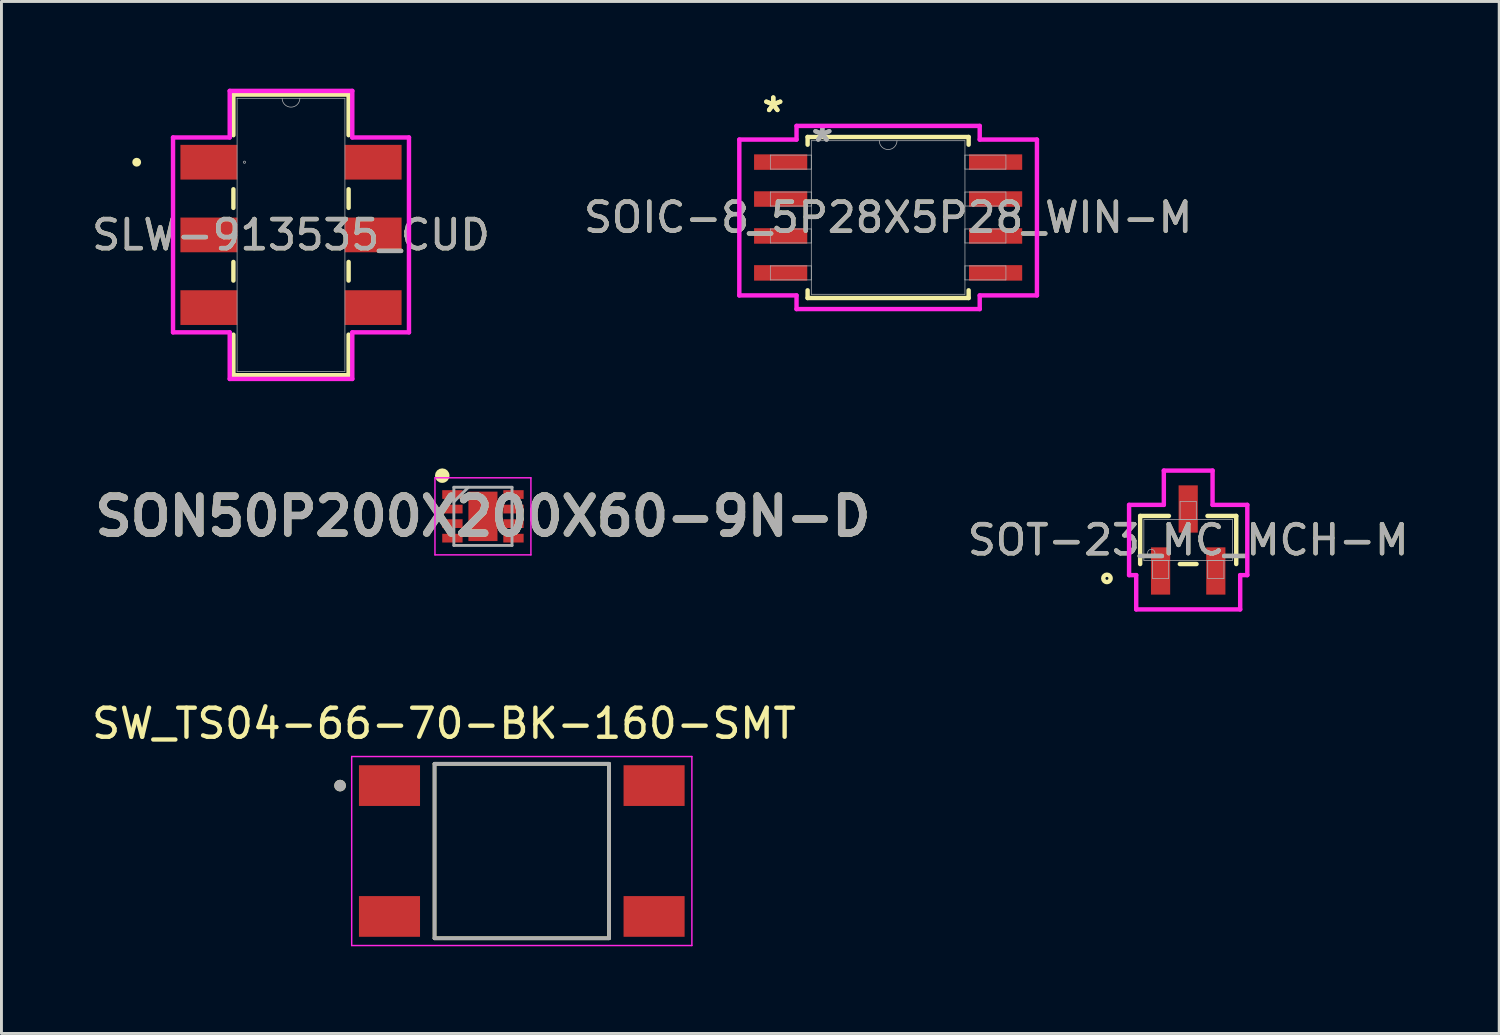
<source format=kicad_pcb>
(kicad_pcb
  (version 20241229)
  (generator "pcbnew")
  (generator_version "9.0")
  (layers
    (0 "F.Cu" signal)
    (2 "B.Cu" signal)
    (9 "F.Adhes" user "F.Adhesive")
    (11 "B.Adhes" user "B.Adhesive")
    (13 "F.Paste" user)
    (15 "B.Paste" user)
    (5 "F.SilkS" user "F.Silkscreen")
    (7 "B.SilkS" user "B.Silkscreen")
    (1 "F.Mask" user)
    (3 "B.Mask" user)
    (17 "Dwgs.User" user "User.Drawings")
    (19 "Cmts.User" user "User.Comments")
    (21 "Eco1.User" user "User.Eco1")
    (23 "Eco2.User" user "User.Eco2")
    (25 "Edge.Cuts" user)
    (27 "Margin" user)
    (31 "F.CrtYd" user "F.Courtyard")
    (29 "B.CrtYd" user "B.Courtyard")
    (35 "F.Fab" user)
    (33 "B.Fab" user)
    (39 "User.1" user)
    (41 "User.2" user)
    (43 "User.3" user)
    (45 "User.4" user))
  (footprint "SLW-913535_CUD"
    (layer "F.Cu")
    (at 6.958 5.029)
    (property "Reference" "SLW-913535_CUD" (at 0 0 0) (unlocked yes) (layer "F.SilkS") (effects (font (size 1 1) (thickness 0.15))))
    (attr smd)
    (fp_line (start -1.981 -4.826) (end -1.981 -3.43) (stroke (width 0.152) (type solid)) (layer "F.SilkS"))
    (fp_line (start -1.981 -1.57) (end -1.981 -0.93) (stroke (width 0.152) (type solid)) (layer "F.SilkS"))
    (fp_line (start -1.981 0.93) (end -1.981 1.57) (stroke (width 0.152) (type solid)) (layer "F.SilkS"))
    (fp_line (start -1.981 3.43) (end -1.981 4.826) (stroke (width 0.152) (type solid)) (layer "F.SilkS"))
    (fp_line (start -1.981 4.826) (end 1.981 4.826) (stroke (width 0.152) (type solid)) (layer "F.SilkS"))
    (fp_line (start 1.981 -4.826) (end -1.981 -4.826) (stroke (width 0.152) (type solid)) (layer "F.SilkS"))
    (fp_line (start 1.981 -3.43) (end 1.981 -4.826) (stroke (width 0.152) (type solid)) (layer "F.SilkS"))
    (fp_line (start 1.981 -0.93) (end 1.981 -1.57) (stroke (width 0.152) (type solid)) (layer "F.SilkS"))
    (fp_line (start 1.981 1.57) (end 1.981 0.93) (stroke (width 0.152) (type solid)) (layer "F.SilkS"))
    (fp_line (start 1.981 4.826) (end 1.981 3.43) (stroke (width 0.152) (type solid)) (layer "F.SilkS"))
    (fp_circle (center -5.307 -2.5) (end -5.231 -2.5) (stroke (width 0.152) (type solid)) (fill no) (layer "F.SilkS"))
    (fp_line (start -4.057 -3.351) (end -2.108 -3.351) (stroke (width 0.152) (type solid)) (layer "F.CrtYd"))
    (fp_line (start -4.057 3.351) (end -4.057 -3.351) (stroke (width 0.152) (type solid)) (layer "F.CrtYd"))
    (fp_line (start -4.057 3.351) (end -2.108 3.351) (stroke (width 0.152) (type solid)) (layer "F.CrtYd"))
    (fp_line (start -2.108 -4.953) (end 2.108 -4.953) (stroke (width 0.152) (type solid)) (layer "F.CrtYd"))
    (fp_line (start -2.108 -3.351) (end -2.108 -4.953) (stroke (width 0.152) (type solid)) (layer "F.CrtYd"))
    (fp_line (start -2.108 4.953) (end -2.108 3.351) (stroke (width 0.152) (type solid)) (layer "F.CrtYd"))
    (fp_line (start 2.108 -4.953) (end 2.108 -3.351) (stroke (width 0.152) (type solid)) (layer "F.CrtYd"))
    (fp_line (start 2.108 3.351) (end 2.108 4.953) (stroke (width 0.152) (type solid)) (layer "F.CrtYd"))
    (fp_line (start 2.108 4.953) (end -2.108 4.953) (stroke (width 0.152) (type solid)) (layer "F.CrtYd"))
    (fp_line (start 4.057 -3.351) (end 2.108 -3.351) (stroke (width 0.152) (type solid)) (layer "F.CrtYd"))
    (fp_line (start 4.057 -3.351) (end 4.057 3.351) (stroke (width 0.152) (type solid)) (layer "F.CrtYd"))
    (fp_line (start 4.057 3.351) (end 2.108 3.351) (stroke (width 0.152) (type solid)) (layer "F.CrtYd"))
    (fp_line (start -1.854 -4.699) (end -1.854 4.699) (stroke (width 0.025) (type solid)) (layer "F.Fab"))
    (fp_line (start -1.854 4.699) (end 1.854 4.699) (stroke (width 0.025) (type solid)) (layer "F.Fab"))
    (fp_line (start 1.854 -4.699) (end -1.854 -4.699) (stroke (width 0.025) (type solid)) (layer "F.Fab"))
    (fp_line (start 1.854 4.699) (end 1.854 -4.699) (stroke (width 0.025) (type solid)) (layer "F.Fab"))
    (fp_arc (start 0.3048 -4.699) (mid 0 -4.3942) (end -0.3048 -4.699) (stroke (width 0.0254) (type solid)) (layer "F.Fab"))
    (fp_circle (center -1.6 -2.5) (end -1.562 -2.5) (stroke (width 0.025) (type solid)) (fill no) (layer "F.Fab"))
    (fp_text user "${REFERENCE}" (at 0 0 0) (unlocked yes) (layer "F.Fab") (effects (font (size 1 1) (thickness 0.15))))
    (pad "1" smd rect (at -2.825 -2.5) (size 1.956 1.194) (layers "F.Cu" "F.Mask" "F.Paste"))
    (pad "2" smd rect (at -2.825 0) (size 1.956 1.194) (layers "F.Cu" "F.Mask" "F.Paste"))
    (pad "3" smd rect (at -2.825 2.5) (size 1.956 1.194) (layers "F.Cu" "F.Mask" "F.Paste"))
    (pad "4" smd rect (at 2.825 -2.5) (size 1.956 1.194) (layers "F.Cu" "F.Mask" "F.Paste"))
    (pad "5" smd rect (at 2.825 0) (size 1.956 1.194) (layers "F.Cu" "F.Mask" "F.Paste"))
    (pad "6" smd rect (at 2.825 2.5) (size 1.956 1.194) (layers "F.Cu" "F.Mask" "F.Paste")))
  (footprint "SON50P200X200X60-9N-D"
    (layer "F.Cu")
    (at 13.559 14.708)
    (property "Reference" "SON50P200X200X60-9N-D" (at 0 0 0) (layer "F.SilkS") (effects (font (size 1.27 1.27) (thickness 0.254))))
    (attr smd)
    (fp_circle (center -1.4 -1.4) (end -1.4 -1.275) (stroke (width 0.25) (type solid)) (fill no) (layer "F.SilkS"))
    (fp_line (start -1.65 -1.325) (end 1.65 -1.325) (stroke (width 0.05) (type solid)) (layer "F.CrtYd"))
    (fp_line (start -1.65 1.325) (end -1.65 -1.325) (stroke (width 0.05) (type solid)) (layer "F.CrtYd"))
    (fp_line (start 1.65 -1.325) (end 1.65 1.325) (stroke (width 0.05) (type solid)) (layer "F.CrtYd"))
    (fp_line (start 1.65 1.325) (end -1.65 1.325) (stroke (width 0.05) (type solid)) (layer "F.CrtYd"))
    (fp_line (start -1 -1) (end 1 -1) (stroke (width 0.1) (type solid)) (layer "F.Fab"))
    (fp_line (start -1 -0.5) (end -0.5 -1) (stroke (width 0.1) (type solid)) (layer "F.Fab"))
    (fp_line (start -1 1) (end -1 -1) (stroke (width 0.1) (type solid)) (layer "F.Fab"))
    (fp_line (start 1 -1) (end 1 1) (stroke (width 0.1) (type solid)) (layer "F.Fab"))
    (fp_line (start 1 1) (end -1 1) (stroke (width 0.1) (type solid)) (layer "F.Fab"))
    (fp_text user "${REFERENCE}" (at 0 0 0) (layer "F.Fab") (effects (font (size 1.27 1.27) (thickness 0.254))))
    (pad "1" smd rect (at -1.05 -0.75 90) (size 0.3 0.7) (layers "F.Cu" "F.Mask" "F.Paste"))
    (pad "2" smd rect (at -1.05 -0.25 90) (size 0.3 0.7) (layers "F.Cu" "F.Mask" "F.Paste"))
    (pad "3" smd rect (at -1.05 0.25 90) (size 0.3 0.7) (layers "F.Cu" "F.Mask" "F.Paste"))
    (pad "4" smd rect (at -1.05 0.75 90) (size 0.3 0.7) (layers "F.Cu" "F.Mask" "F.Paste"))
    (pad "5" smd rect (at 1.05 0.75 90) (size 0.3 0.7) (layers "F.Cu" "F.Mask" "F.Paste"))
    (pad "6" smd rect (at 1.05 0.25 90) (size 0.3 0.7) (layers "F.Cu" "F.Mask" "F.Paste"))
    (pad "7" smd rect (at 1.05 -0.25 90) (size 0.3 0.7) (layers "F.Cu" "F.Mask" "F.Paste"))
    (pad "8" smd rect (at 1.05 -0.75 90) (size 0.3 0.7) (layers "F.Cu" "F.Mask" "F.Paste"))
    (pad "9" smd rect (at 0 0) (size 1 1.7) (layers "F.Cu" "F.Mask" "F.Paste")))
  (footprint "SW_TS04-66-70-BK-160-SMT"
    (layer "F.Cu")
    (at 14.895 26.218)
    (property "Reference" "SW_TS04-66-70-BK-160-SMT" (at -2.675 -4.385 0) (layer "F.SilkS") (effects (font (size 1 1) (thickness 0.15))))
    (attr smd)
    (fp_line (start -3 -3) (end -3 3) (stroke (width 0.127) (type solid)) (layer "F.SilkS"))
    (fp_line (start -3 3) (end 3 3) (stroke (width 0.127) (type solid)) (layer "F.SilkS"))
    (fp_line (start 3 -3) (end -3 -3) (stroke (width 0.127) (type solid)) (layer "F.SilkS"))
    (fp_line (start 3 3) (end 3 -3) (stroke (width 0.127) (type solid)) (layer "F.SilkS"))
    (fp_circle (center -6.25 -2.25) (end -6.15 -2.25) (stroke (width 0.2) (type solid)) (fill no) (layer "F.SilkS"))
    (fp_line (start -5.85 -3.25) (end -5.85 3.25) (stroke (width 0.05) (type solid)) (layer "F.CrtYd"))
    (fp_line (start -5.85 3.25) (end 5.85 3.25) (stroke (width 0.05) (type solid)) (layer "F.CrtYd"))
    (fp_line (start 5.85 -3.25) (end -5.85 -3.25) (stroke (width 0.05) (type solid)) (layer "F.CrtYd"))
    (fp_line (start 5.85 3.25) (end 5.85 -3.25) (stroke (width 0.05) (type solid)) (layer "F.CrtYd"))
    (fp_line (start -3 -3) (end -3 3) (stroke (width 0.127) (type solid)) (layer "F.Fab"))
    (fp_line (start -3 3) (end 3 3) (stroke (width 0.127) (type solid)) (layer "F.Fab"))
    (fp_line (start 3 -3) (end -3 -3) (stroke (width 0.127) (type solid)) (layer "F.Fab"))
    (fp_line (start 3 3) (end 3 -3) (stroke (width 0.127) (type solid)) (layer "F.Fab"))
    (fp_circle (center -6.25 -2.25) (end -6.15 -2.25) (stroke (width 0.2) (type solid)) (fill no) (layer "F.Fab"))
    (pad "1" smd rect (at -4.55 -2.25) (size 2.1 1.4) (layers "F.Cu" "F.Mask" "F.Paste"))
    (pad "2" smd rect (at -4.55 2.25) (size 2.1 1.4) (layers "F.Cu" "F.Mask" "F.Paste"))
    (pad "3" smd rect (at 4.55 -2.25) (size 2.1 1.4) (layers "F.Cu" "F.Mask" "F.Paste"))
    (pad "4" smd rect (at 4.55 2.25) (size 2.1 1.4) (layers "F.Cu" "F.Mask" "F.Paste")))
  (footprint "SOIC-8_5P28X5P28_WIN-M"
    (layer "F.Cu")
    (at 27.494 4.43)
    (property "Reference" "SOIC-8_5P28X5P28_WIN-M" (at 0 0 0) (unlocked yes) (layer "F.SilkS") (effects (font (size 1 1) (thickness 0.15))))
    (attr smd)
    (fp_line (start -2.769 -2.769) (end -2.769 -2.504) (stroke (width 0.152) (type solid)) (layer "F.SilkS"))
    (fp_line (start -2.769 2.504) (end -2.769 2.769) (stroke (width 0.152) (type solid)) (layer "F.SilkS"))
    (fp_line (start -2.769 2.769) (end 2.769 2.769) (stroke (width 0.152) (type solid)) (layer "F.SilkS"))
    (fp_line (start 2.769 -2.769) (end -2.769 -2.769) (stroke (width 0.152) (type solid)) (layer "F.SilkS"))
    (fp_line (start 2.769 -2.504) (end 2.769 -2.769) (stroke (width 0.152) (type solid)) (layer "F.SilkS"))
    (fp_line (start 2.769 2.769) (end 2.769 2.504) (stroke (width 0.152) (type solid)) (layer "F.SilkS"))
    (fp_line (start -5.118 -2.68) (end -3.15 -2.68) (stroke (width 0.152) (type solid)) (layer "F.CrtYd"))
    (fp_line (start -5.118 2.68) (end -5.118 -2.68) (stroke (width 0.152) (type solid)) (layer "F.CrtYd"))
    (fp_line (start -5.118 2.68) (end -3.15 2.68) (stroke (width 0.152) (type solid)) (layer "F.CrtYd"))
    (fp_line (start -3.15 -3.15) (end 3.15 -3.15) (stroke (width 0.152) (type solid)) (layer "F.CrtYd"))
    (fp_line (start -3.15 -2.68) (end -3.15 -3.15) (stroke (width 0.152) (type solid)) (layer "F.CrtYd"))
    (fp_line (start -3.15 3.15) (end -3.15 2.68) (stroke (width 0.152) (type solid)) (layer "F.CrtYd"))
    (fp_line (start 3.15 -3.15) (end 3.15 -2.68) (stroke (width 0.152) (type solid)) (layer "F.CrtYd"))
    (fp_line (start 3.15 2.68) (end 3.15 3.15) (stroke (width 0.152) (type solid)) (layer "F.CrtYd"))
    (fp_line (start 3.15 3.15) (end -3.15 3.15) (stroke (width 0.152) (type solid)) (layer "F.CrtYd"))
    (fp_line (start 5.118 -2.68) (end 3.15 -2.68) (stroke (width 0.152) (type solid)) (layer "F.CrtYd"))
    (fp_line (start 5.118 -2.68) (end 5.118 2.68) (stroke (width 0.152) (type solid)) (layer "F.CrtYd"))
    (fp_line (start 5.118 2.68) (end 3.15 2.68) (stroke (width 0.152) (type solid)) (layer "F.CrtYd"))
    (fp_line (start -4.051 -2.146) (end -4.051 -1.664) (stroke (width 0.025) (type solid)) (layer "F.Fab"))
    (fp_line (start -4.051 -1.664) (end -2.642 -1.664) (stroke (width 0.025) (type solid)) (layer "F.Fab"))
    (fp_line (start -4.051 -0.876) (end -4.051 -0.394) (stroke (width 0.025) (type solid)) (layer "F.Fab"))
    (fp_line (start -4.051 -0.394) (end -2.642 -0.394) (stroke (width 0.025) (type solid)) (layer "F.Fab"))
    (fp_line (start -4.051 0.394) (end -4.051 0.876) (stroke (width 0.025) (type solid)) (layer "F.Fab"))
    (fp_line (start -4.051 0.876) (end -2.642 0.876) (stroke (width 0.025) (type solid)) (layer "F.Fab"))
    (fp_line (start -4.051 1.664) (end -4.051 2.146) (stroke (width 0.025) (type solid)) (layer "F.Fab"))
    (fp_line (start -4.051 2.146) (end -2.642 2.146) (stroke (width 0.025) (type solid)) (layer "F.Fab"))
    (fp_line (start -2.642 -2.642) (end -2.642 2.642) (stroke (width 0.025) (type solid)) (layer "F.Fab"))
    (fp_line (start -2.642 -2.146) (end -4.051 -2.146) (stroke (width 0.025) (type solid)) (layer "F.Fab"))
    (fp_line (start -2.642 -1.664) (end -2.642 -2.146) (stroke (width 0.025) (type solid)) (layer "F.Fab"))
    (fp_line (start -2.642 -0.876) (end -4.051 -0.876) (stroke (width 0.025) (type solid)) (layer "F.Fab"))
    (fp_line (start -2.642 -0.394) (end -2.642 -0.876) (stroke (width 0.025) (type solid)) (layer "F.Fab"))
    (fp_line (start -2.642 0.394) (end -4.051 0.394) (stroke (width 0.025) (type solid)) (layer "F.Fab"))
    (fp_line (start -2.642 0.876) (end -2.642 0.394) (stroke (width 0.025) (type solid)) (layer "F.Fab"))
    (fp_line (start -2.642 1.664) (end -4.051 1.664) (stroke (width 0.025) (type solid)) (layer "F.Fab"))
    (fp_line (start -2.642 2.146) (end -2.642 1.664) (stroke (width 0.025) (type solid)) (layer "F.Fab"))
    (fp_line (start -2.642 2.642) (end 2.642 2.642) (stroke (width 0.025) (type solid)) (layer "F.Fab"))
    (fp_line (start 2.642 -2.642) (end -2.642 -2.642) (stroke (width 0.025) (type solid)) (layer "F.Fab"))
    (fp_line (start 2.642 -2.146) (end 2.642 -1.664) (stroke (width 0.025) (type solid)) (layer "F.Fab"))
    (fp_line (start 2.642 -1.664) (end 4.051 -1.664) (stroke (width 0.025) (type solid)) (layer "F.Fab"))
    (fp_line (start 2.642 -0.876) (end 2.642 -0.394) (stroke (width 0.025) (type solid)) (layer "F.Fab"))
    (fp_line (start 2.642 -0.394) (end 4.051 -0.394) (stroke (width 0.025) (type solid)) (layer "F.Fab"))
    (fp_line (start 2.642 0.394) (end 2.642 0.876) (stroke (width 0.025) (type solid)) (layer "F.Fab"))
    (fp_line (start 2.642 0.876) (end 4.051 0.876) (stroke (width 0.025) (type solid)) (layer "F.Fab"))
    (fp_line (start 2.642 1.664) (end 2.642 2.146) (stroke (width 0.025) (type solid)) (layer "F.Fab"))
    (fp_line (start 2.642 2.146) (end 4.051 2.146) (stroke (width 0.025) (type solid)) (layer "F.Fab"))
    (fp_line (start 2.642 2.642) (end 2.642 -2.642) (stroke (width 0.025) (type solid)) (layer "F.Fab"))
    (fp_line (start 4.051 -2.146) (end 2.642 -2.146) (stroke (width 0.025) (type solid)) (layer "F.Fab"))
    (fp_line (start 4.051 -1.664) (end 4.051 -2.146) (stroke (width 0.025) (type solid)) (layer "F.Fab"))
    (fp_line (start 4.051 -0.876) (end 2.642 -0.876) (stroke (width 0.025) (type solid)) (layer "F.Fab"))
    (fp_line (start 4.051 -0.394) (end 4.051 -0.876) (stroke (width 0.025) (type solid)) (layer "F.Fab"))
    (fp_line (start 4.051 0.394) (end 2.642 0.394) (stroke (width 0.025) (type solid)) (layer "F.Fab"))
    (fp_line (start 4.051 0.876) (end 4.051 0.394) (stroke (width 0.025) (type solid)) (layer "F.Fab"))
    (fp_line (start 4.051 1.664) (end 2.642 1.664) (stroke (width 0.025) (type solid)) (layer "F.Fab"))
    (fp_line (start 4.051 2.146) (end 4.051 1.664) (stroke (width 0.025) (type solid)) (layer "F.Fab"))
    (fp_arc (start 0.3048 -2.6416) (mid 0 -2.3368) (end -0.3048 -2.6416) (stroke (width 0.0254) (type solid)) (layer "F.Fab"))
    (fp_text user "*" (at -3.95 -3.581 0) (layer "F.SilkS") (effects (font (size 1 1) (thickness 0.15))))
    (fp_text user "*" (at -3.95 -3.581 0) (unlocked yes) (layer "F.SilkS") (effects (font (size 1 1) (thickness 0.15))))
    (fp_text user "*" (at -2.261 -2.565 0) (unlocked yes) (layer "F.Fab") (effects (font (size 1 1) (thickness 0.15))))
    (fp_text user "${REFERENCE}" (at 0 0 0) (unlocked yes) (layer "F.Fab") (effects (font (size 1 1) (thickness 0.15))))
    (fp_text user "*" (at -2.261 -2.565 0) (layer "F.Fab") (effects (font (size 1 1) (thickness 0.15))))
    (pad "1" smd rect (at -3.696 -1.905) (size 1.829 0.533) (layers "F.Cu" "F.Mask" "F.Paste"))
    (pad "2" smd rect (at -3.696 -0.635) (size 1.829 0.533) (layers "F.Cu" "F.Mask" "F.Paste"))
    (pad "3" smd rect (at -3.696 0.635) (size 1.829 0.533) (layers "F.Cu" "F.Mask" "F.Paste"))
    (pad "4" smd rect (at -3.696 1.905) (size 1.829 0.533) (layers "F.Cu" "F.Mask" "F.Paste"))
    (pad "5" smd rect (at 3.696 1.905) (size 1.829 0.533) (layers "F.Cu" "F.Mask" "F.Paste"))
    (pad "6" smd rect (at 3.696 0.635) (size 1.829 0.533) (layers "F.Cu" "F.Mask" "F.Paste"))
    (pad "7" smd rect (at 3.696 -0.635) (size 1.829 0.533) (layers "F.Cu" "F.Mask" "F.Paste"))
    (pad "8" smd rect (at 3.696 -1.905) (size 1.829 0.533) (layers "F.Cu" "F.Mask" "F.Paste")))
  (footprint "SOT-23_MC_MCH-M"
    (layer "F.Cu")
    (at 37.814 15.521)
    (property "Reference" "SOT-23_MC_MCH-M" (at 0 0 0) (unlocked yes) (layer "F.SilkS") (effects (font (size 1 1) (thickness 0.15))))
    (attr smd)
    (fp_line (start -1.652 -0.827) (end -1.652 0.827) (stroke (width 0.152) (type solid)) (layer "F.SilkS"))
    (fp_line (start -0.663 -0.827) (end -1.652 -0.827) (stroke (width 0.152) (type solid)) (layer "F.SilkS"))
    (fp_line (start -0.287 0.827) (end 0.287 0.827) (stroke (width 0.152) (type solid)) (layer "F.SilkS"))
    (fp_line (start 1.652 -0.827) (end 0.663 -0.827) (stroke (width 0.152) (type solid)) (layer "F.SilkS"))
    (fp_line (start 1.652 0.827) (end 1.652 -0.827) (stroke (width 0.152) (type solid)) (layer "F.SilkS"))
    (fp_circle (center -2.795 1.32) (end -2.668 1.32) (stroke (width 0.152) (type solid)) (fill no) (layer "F.SilkS"))
    (fp_line (start -2.033 -1.208) (end -0.838 -1.208) (stroke (width 0.152) (type solid)) (layer "F.CrtYd"))
    (fp_line (start -2.033 1.208) (end -2.033 -1.208) (stroke (width 0.152) (type solid)) (layer "F.CrtYd"))
    (fp_line (start -2.033 1.208) (end -1.788 1.208) (stroke (width 0.152) (type solid)) (layer "F.CrtYd"))
    (fp_line (start -1.788 1.208) (end -1.788 2.387) (stroke (width 0.152) (type solid)) (layer "F.CrtYd"))
    (fp_line (start -1.788 2.387) (end 1.788 2.387) (stroke (width 0.152) (type solid)) (layer "F.CrtYd"))
    (fp_line (start -0.838 -2.387) (end 0.838 -2.387) (stroke (width 0.152) (type solid)) (layer "F.CrtYd"))
    (fp_line (start -0.838 -1.208) (end -0.838 -2.387) (stroke (width 0.152) (type solid)) (layer "F.CrtYd"))
    (fp_line (start 0.838 -1.208) (end 0.838 -2.387) (stroke (width 0.152) (type solid)) (layer "F.CrtYd"))
    (fp_line (start 1.788 1.208) (end 1.788 2.387) (stroke (width 0.152) (type solid)) (layer "F.CrtYd"))
    (fp_line (start 2.033 -1.208) (end 0.838 -1.208) (stroke (width 0.152) (type solid)) (layer "F.CrtYd"))
    (fp_line (start 2.033 -1.208) (end 2.033 1.208) (stroke (width 0.152) (type solid)) (layer "F.CrtYd"))
    (fp_line (start 2.033 1.208) (end 1.788 1.208) (stroke (width 0.152) (type solid)) (layer "F.CrtYd"))
    (fp_line (start -1.525 -0.7) (end -1.525 0.7) (stroke (width 0.025) (type solid)) (layer "F.Fab"))
    (fp_line (start -1.525 0.7) (end 1.525 0.7) (stroke (width 0.025) (type solid)) (layer "F.Fab"))
    (fp_line (start -1.229 0.7) (end -1.229 1.32) (stroke (width 0.025) (type solid)) (layer "F.Fab"))
    (fp_line (start -1.229 1.32) (end -0.671 1.32) (stroke (width 0.025) (type solid)) (layer "F.Fab"))
    (fp_line (start -0.671 0.7) (end -1.229 0.7) (stroke (width 0.025) (type solid)) (layer "F.Fab"))
    (fp_line (start -0.671 1.32) (end -0.671 0.7) (stroke (width 0.025) (type solid)) (layer "F.Fab"))
    (fp_line (start -0.279 -1.32) (end -0.279 -0.7) (stroke (width 0.025) (type solid)) (layer "F.Fab"))
    (fp_line (start -0.279 -0.7) (end 0.279 -0.7) (stroke (width 0.025) (type solid)) (layer "F.Fab"))
    (fp_line (start 0.279 -1.32) (end -0.279 -1.32) (stroke (width 0.025) (type solid)) (layer "F.Fab"))
    (fp_line (start 0.279 -0.7) (end 0.279 -1.32) (stroke (width 0.025) (type solid)) (layer "F.Fab"))
    (fp_line (start 0.671 0.7) (end 0.671 1.32) (stroke (width 0.025) (type solid)) (layer "F.Fab"))
    (fp_line (start 0.671 1.32) (end 1.229 1.32) (stroke (width 0.025) (type solid)) (layer "F.Fab"))
    (fp_line (start 1.229 0.7) (end 0.671 0.7) (stroke (width 0.025) (type solid)) (layer "F.Fab"))
    (fp_line (start 1.229 1.32) (end 1.229 0.7) (stroke (width 0.025) (type solid)) (layer "F.Fab"))
    (fp_line (start 1.525 -0.7) (end -1.525 -0.7) (stroke (width 0.025) (type solid)) (layer "F.Fab"))
    (fp_line (start 1.525 0.7) (end 1.525 -0.7) (stroke (width 0.025) (type solid)) (layer "F.Fab"))
    (fp_circle (center -1.271 0.446) (end -1.144 0.446) (stroke (width 0.025) (type solid)) (fill no) (layer "F.Fab"))
    (fp_text user "${REFERENCE}" (at 0 0 0) (unlocked yes) (layer "F.Fab") (effects (font (size 1 1) (thickness 0.15))))
    (pad "1" smd rect (at -0.95 1.066) (size 0.66 1.626) (layers "F.Cu" "F.Mask" "F.Paste"))
    (pad "2" smd rect (at 0.95 1.066) (size 0.66 1.626) (layers "F.Cu" "F.Mask" "F.Paste"))
    (pad "3" smd rect (at 0 -1.066) (size 0.66 1.626) (layers "F.Cu" "F.Mask" "F.Paste")))
  (gr_rect
    (start -3 -3)
    (end 48.51 32.493)
    (stroke (width 0.1) (type default))
    (fill no)
    (layer "Edge.Cuts")))
</source>
